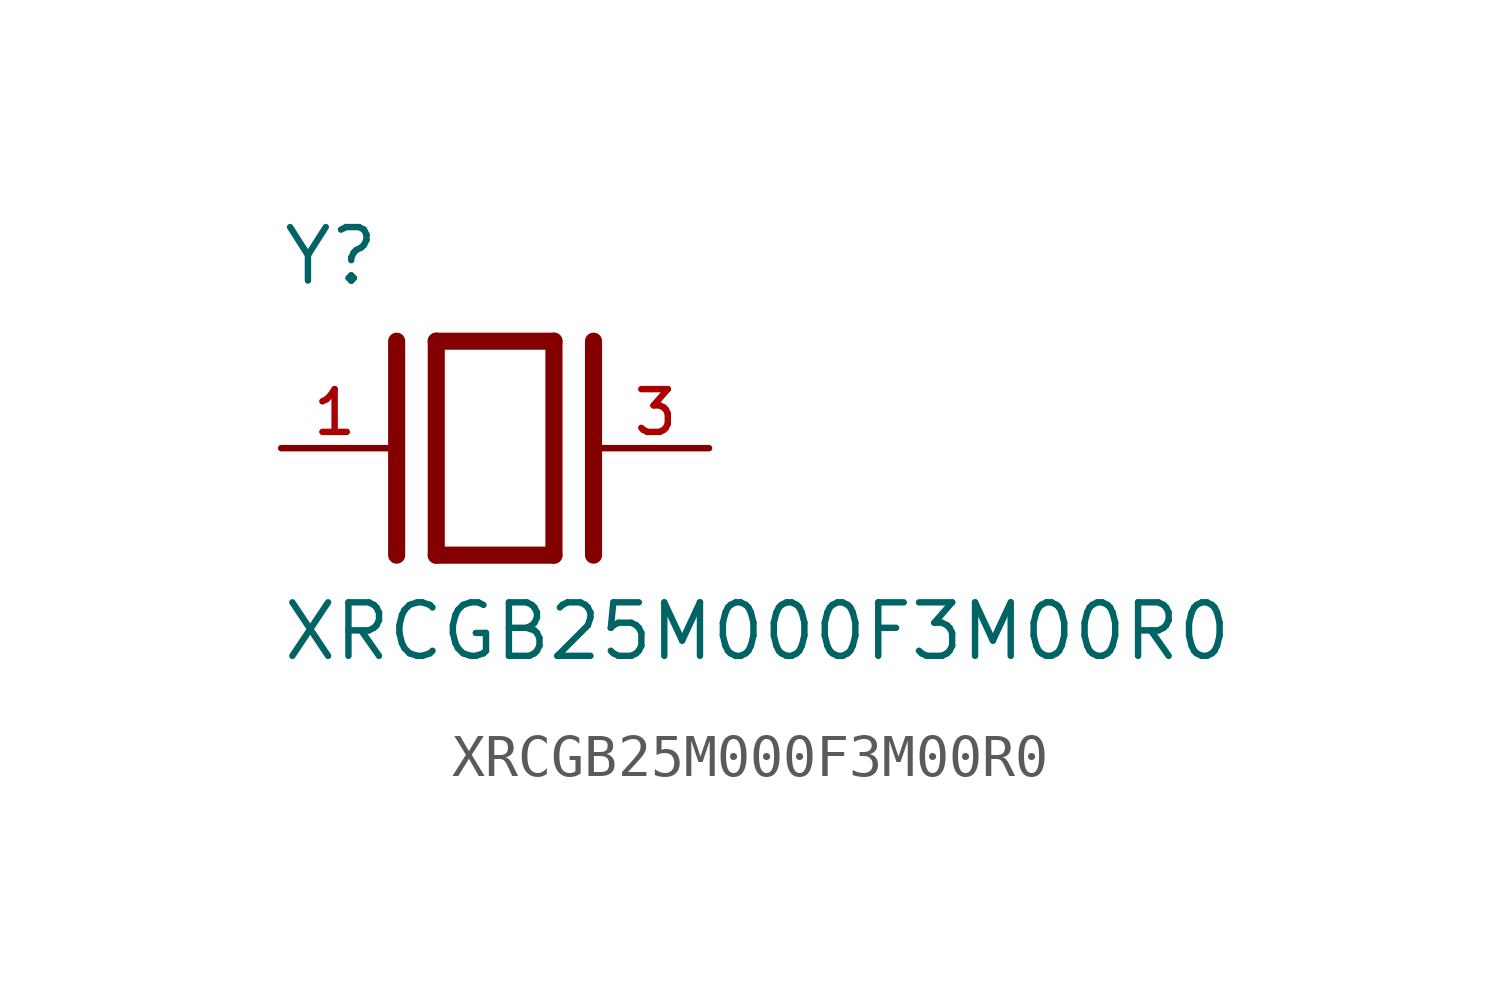
<source format=kicad_sym>
(kicad_symbol_lib
  (version 20211014)
  (generator kicad_symbol_editor)
  (symbol "XRCGB25M000F3M00R0"
    (pin_names
      (offset 1.016))
    (property "Reference" "Y"
      (at -5.088 3.816 0)
      (effects (font (size 1.27 1.27)) (justify bottom left)))
    (property "Value" "XRCGB25M000F3M00R0"
      (at -5.094 -5.094 0)
      (effects (font (size 1.27 1.27)) (justify bottom left)))
    (symbol "XRCGB25M000F3M00R0_0_0"
      (polyline (pts (xy -1.397 2.54) (xy 1.397 2.54)) (stroke (width 0.406)))
      (polyline (pts (xy 1.397 2.54) (xy 1.397 -2.54)) (stroke (width 0.406)))
      (polyline (pts (xy 1.397 -2.54) (xy -1.397 -2.54)) (stroke (width 0.406)))
      (polyline (pts (xy -1.397 2.54) (xy -1.397 -2.54)) (stroke (width 0.406)))
      (polyline (pts (xy 2.337 2.54) (xy 2.337 -2.54)) (stroke (width 0.406)))
      (polyline (pts (xy -2.337 2.54) (xy -2.337 -2.54)) (stroke (width 0.406)))
      (pin passive line (at 5.08 0.0 180.0) (length 2.54) (name "~" (effects (font (size 1.016 1.016)))) (number "3" (effects (font (size 1.016 1.016)))))
      (pin passive line (at -5.08 0.0 0) (length 2.54) (name "~" (effects (font (size 1.016 1.016)))) (number "1" (effects (font (size 1.016 1.016))))))))
</source>
